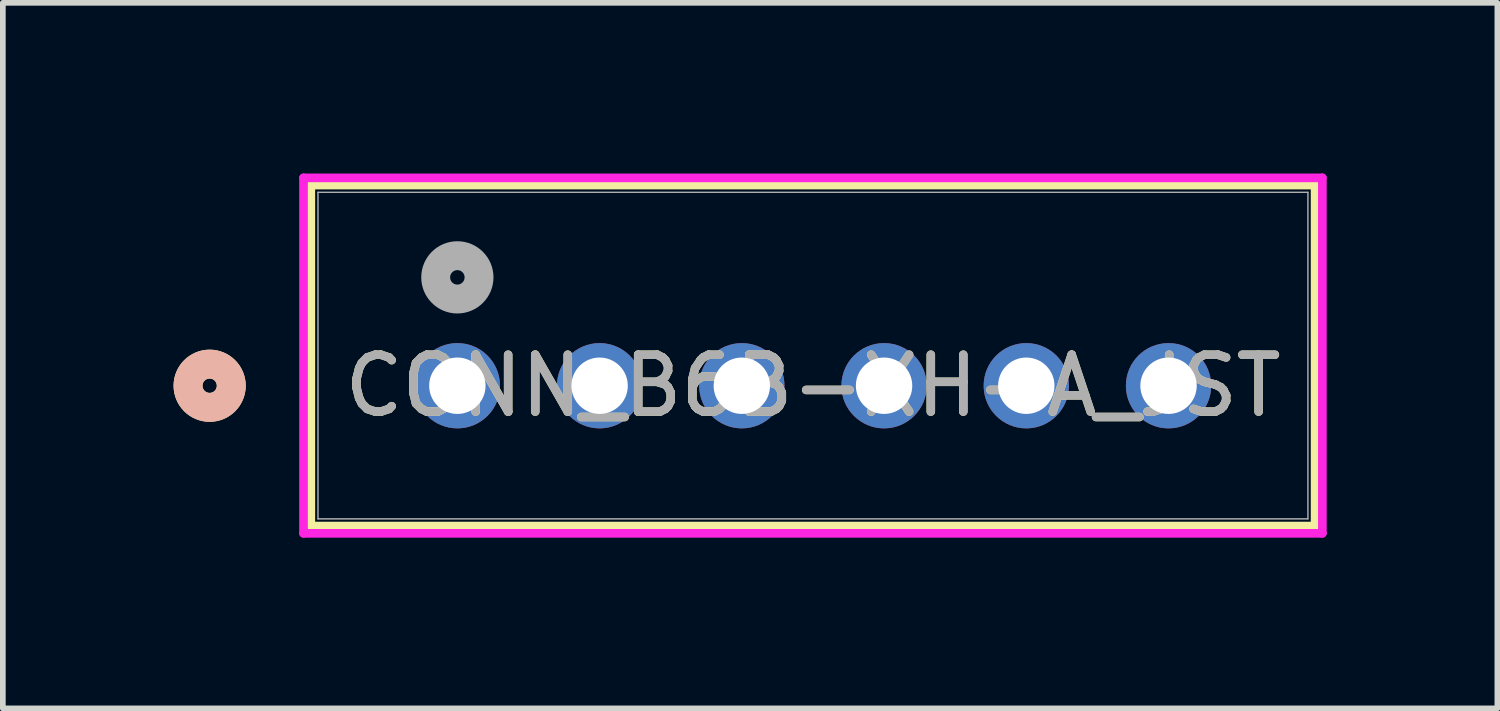
<source format=kicad_pcb>
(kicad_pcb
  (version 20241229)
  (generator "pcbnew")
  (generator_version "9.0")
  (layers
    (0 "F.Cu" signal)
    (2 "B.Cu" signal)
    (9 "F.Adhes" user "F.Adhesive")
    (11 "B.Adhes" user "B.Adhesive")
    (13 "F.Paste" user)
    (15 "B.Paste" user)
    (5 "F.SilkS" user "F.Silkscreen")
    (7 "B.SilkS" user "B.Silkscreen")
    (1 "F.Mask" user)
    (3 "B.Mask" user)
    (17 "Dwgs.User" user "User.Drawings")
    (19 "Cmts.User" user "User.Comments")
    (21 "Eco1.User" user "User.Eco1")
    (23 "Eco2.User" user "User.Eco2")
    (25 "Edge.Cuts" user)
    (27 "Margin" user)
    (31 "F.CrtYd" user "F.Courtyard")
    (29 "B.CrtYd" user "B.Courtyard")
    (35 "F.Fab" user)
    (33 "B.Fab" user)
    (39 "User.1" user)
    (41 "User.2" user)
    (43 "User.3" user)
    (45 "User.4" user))
  (footprint "CONN_B6B-XH-A_JST"
    (layer "F.Cu")
    (at 4.989 3.73)
    (property "Reference" "CONN_B6B-XH-A_JST" (at 6.25 0 0) (unlocked yes) (layer "F.SilkS") (effects (font (size 1 1) (thickness 0.15))))
    (attr through_hole)
    (fp_line (start -2.576 -3.527) (end -2.576 2.467) (stroke (width 0.152) (type solid)) (layer "F.SilkS"))
    (fp_line (start -2.576 2.467) (end 15.076 2.467) (stroke (width 0.152) (type solid)) (layer "F.SilkS"))
    (fp_line (start 15.076 -3.527) (end -2.576 -3.527) (stroke (width 0.152) (type solid)) (layer "F.SilkS"))
    (fp_line (start 15.076 2.467) (end 15.076 -3.527) (stroke (width 0.152) (type solid)) (layer "F.SilkS"))
    (fp_circle (center -4.354 0) (end -3.974 0) (stroke (width 0.508) (type solid)) (fill no) (layer "F.SilkS"))
    (fp_circle (center -4.354 0) (end -3.974 0) (stroke (width 0.508) (type solid)) (fill no) (layer "B.SilkS"))
    (fp_line (start -2.704 -3.654) (end -2.704 2.594) (stroke (width 0.152) (type solid)) (layer "F.CrtYd"))
    (fp_line (start -2.704 2.594) (end 15.204 2.594) (stroke (width 0.152) (type solid)) (layer "F.CrtYd"))
    (fp_line (start 15.204 -3.654) (end -2.704 -3.654) (stroke (width 0.152) (type solid)) (layer "F.CrtYd"))
    (fp_line (start 15.204 2.594) (end 15.204 -3.654) (stroke (width 0.152) (type solid)) (layer "F.CrtYd"))
    (fp_line (start -2.45 -3.4) (end -2.45 2.34) (stroke (width 0.025) (type solid)) (layer "F.Fab"))
    (fp_line (start -2.45 2.34) (end 14.95 2.34) (stroke (width 0.025) (type solid)) (layer "F.Fab"))
    (fp_line (start 14.95 -3.4) (end -2.45 -3.4) (stroke (width 0.025) (type solid)) (layer "F.Fab"))
    (fp_line (start 14.95 2.34) (end 14.95 -3.4) (stroke (width 0.025) (type solid)) (layer "F.Fab"))
    (fp_circle (center 0 -1.905) (end 0.381 -1.905) (stroke (width 0.508) (type solid)) (fill no) (layer "F.Fab"))
    (fp_text user "${REFERENCE}" (at 6.25 0 0) (unlocked yes) (layer "F.Fab") (effects (font (size 1 1) (thickness 0.15))))
    (pad "1" thru_hole circle (at 0 0) (size 1.499 1.499) (drill 0.991) (layers "*.Cu" "*.Mask"))
    (pad "2" thru_hole circle (at 2.5 0) (size 1.499 1.499) (drill 0.991) (layers "*.Cu" "*.Mask"))
    (pad "3" thru_hole circle (at 5 0) (size 1.499 1.499) (drill 0.991) (layers "*.Cu" "*.Mask"))
    (pad "4" thru_hole circle (at 7.5 0) (size 1.499 1.499) (drill 0.991) (layers "*.Cu" "*.Mask"))
    (pad "5" thru_hole circle (at 10 0) (size 1.499 1.499) (drill 0.991) (layers "*.Cu" "*.Mask"))
    (pad "6" thru_hole circle (at 12.5 0) (size 1.499 1.499) (drill 0.991) (layers "*.Cu" "*.Mask")))
  (gr_rect
    (start -3 -3)
    (end 23.269 9.401)
    (stroke (width 0.1) (type default))
    (fill no)
    (layer "Edge.Cuts")))
</source>
